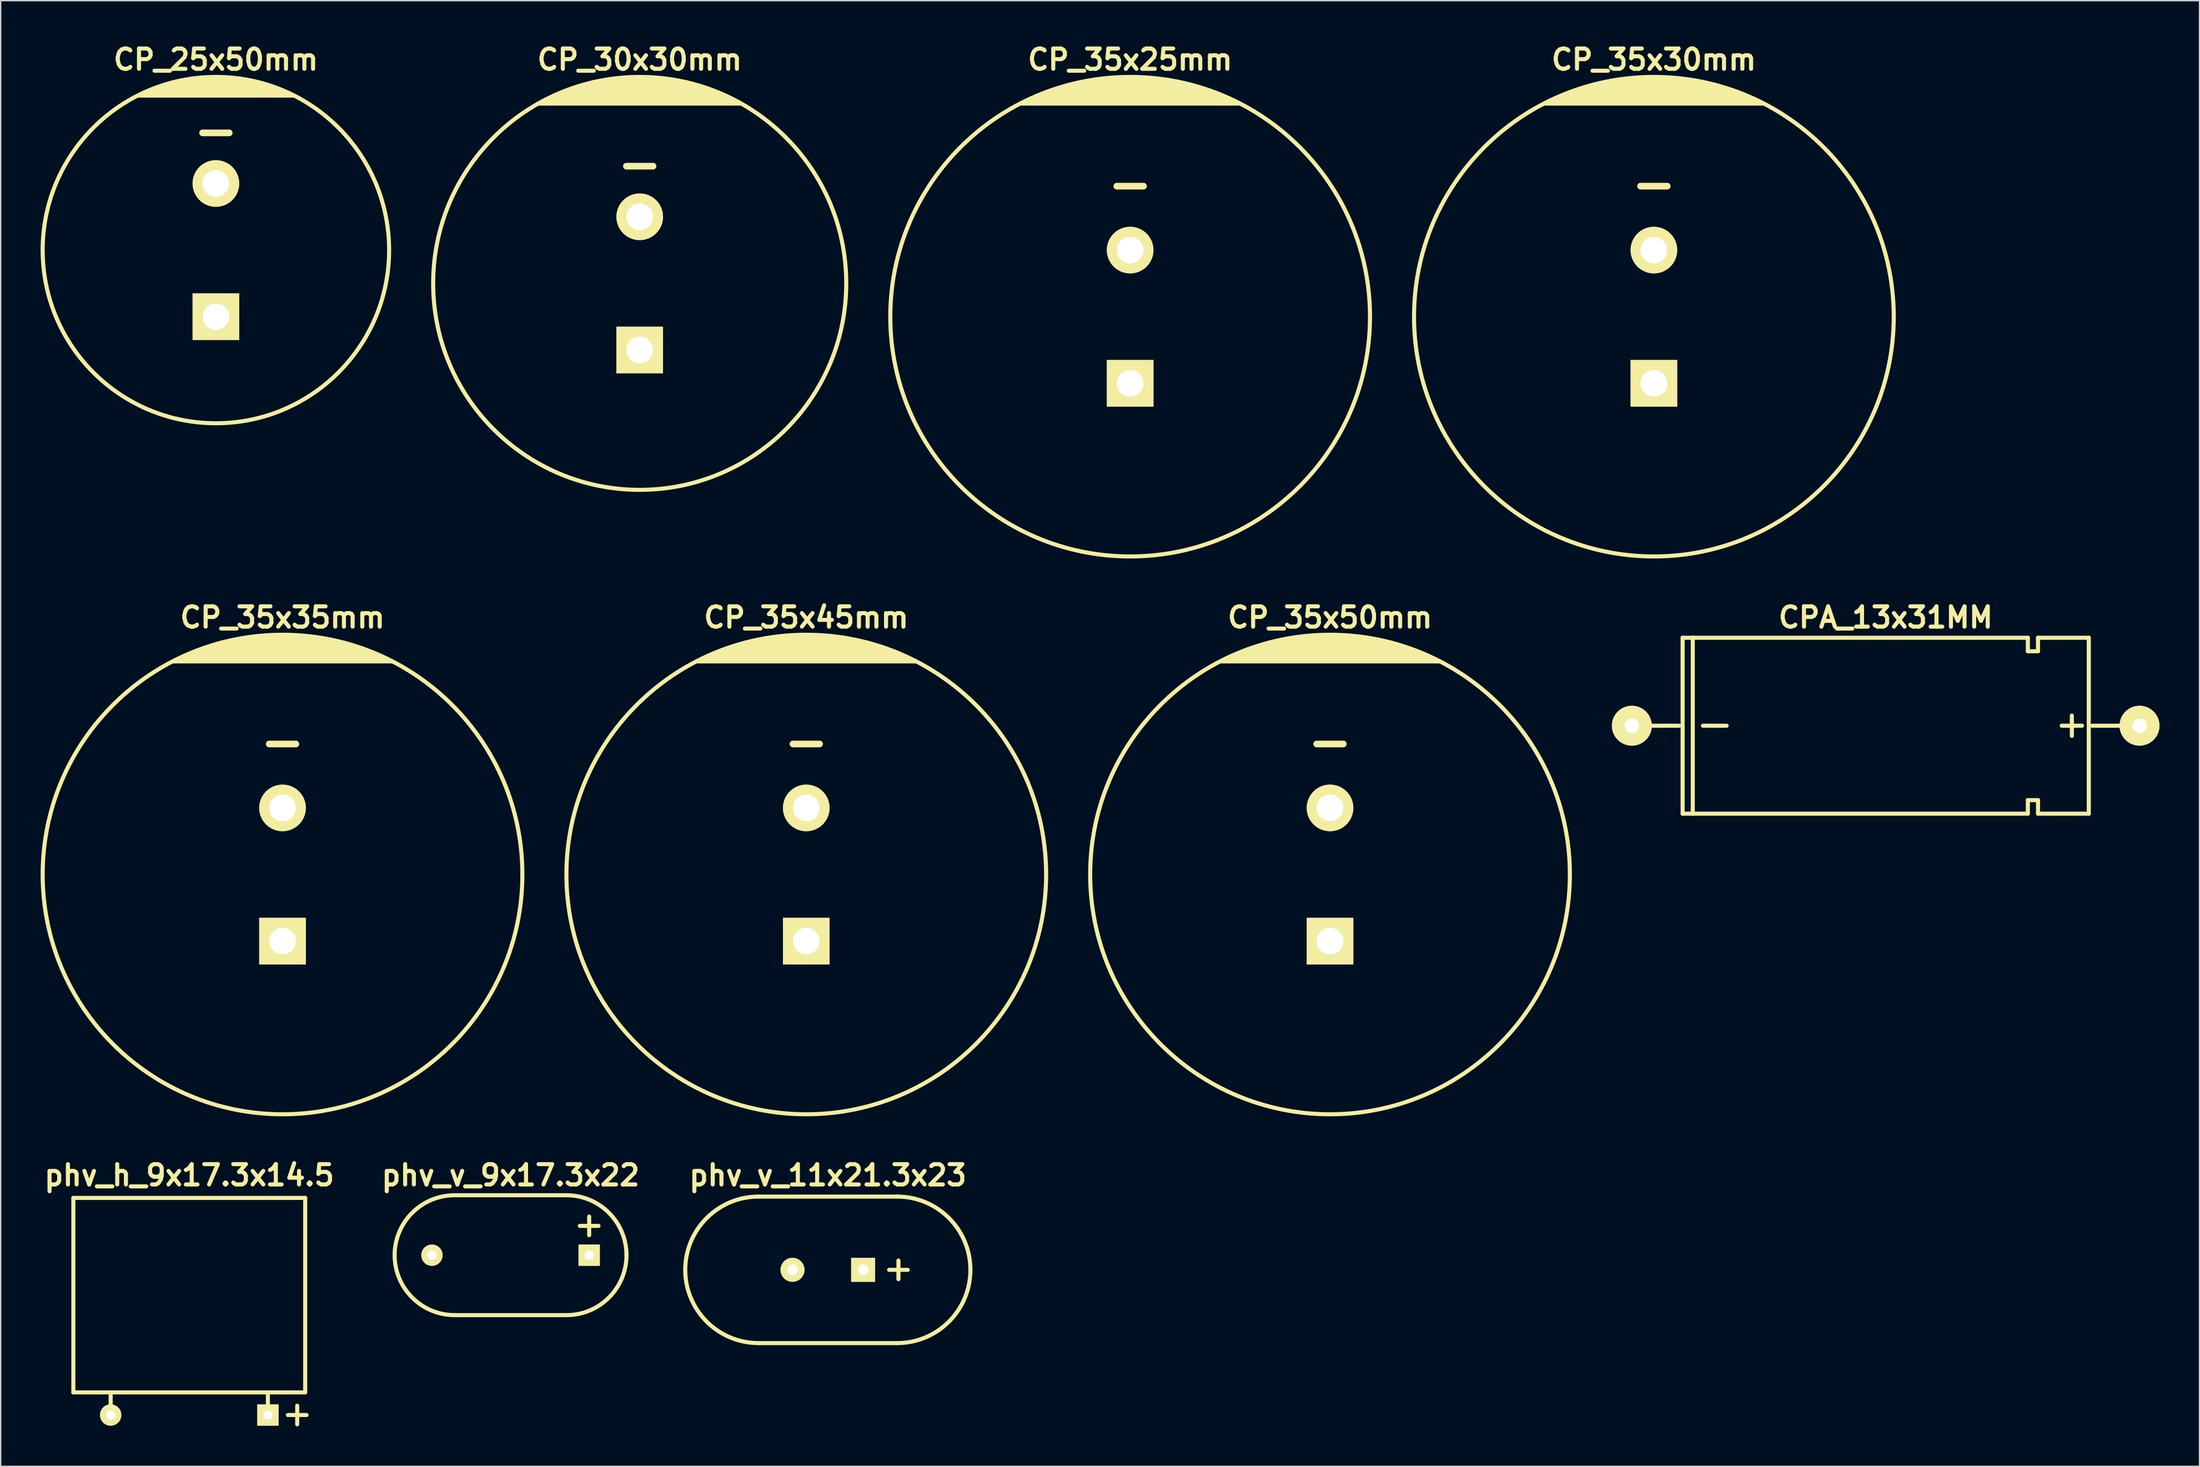
<source format=kicad_pcb>
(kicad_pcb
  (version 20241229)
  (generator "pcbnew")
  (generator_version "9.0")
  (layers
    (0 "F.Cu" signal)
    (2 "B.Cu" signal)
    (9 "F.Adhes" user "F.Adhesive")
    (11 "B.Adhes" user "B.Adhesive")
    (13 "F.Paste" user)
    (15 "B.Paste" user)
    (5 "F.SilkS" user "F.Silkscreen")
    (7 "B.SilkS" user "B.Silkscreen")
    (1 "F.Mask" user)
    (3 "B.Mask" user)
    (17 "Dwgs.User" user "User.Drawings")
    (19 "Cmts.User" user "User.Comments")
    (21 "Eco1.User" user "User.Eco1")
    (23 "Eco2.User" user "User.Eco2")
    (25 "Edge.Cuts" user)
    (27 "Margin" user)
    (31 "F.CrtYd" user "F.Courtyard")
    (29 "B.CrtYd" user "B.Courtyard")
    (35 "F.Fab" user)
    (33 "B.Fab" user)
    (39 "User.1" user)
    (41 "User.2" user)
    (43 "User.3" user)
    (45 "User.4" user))
  (footprint "CP_25x50mm"
    (layer "F.Cu")
    (at 13.152 15.726)
    (property "Reference" "CP_25x50mm" (at 0 -14.3 0) (layer "F.SilkS") (effects (font (size 1.524 1.524) (thickness 0.305))))
    (attr through_hole)
    (fp_line (start -5.8 -11.6) (end 5.8 -11.6) (stroke (width 0.305) (type solid)) (layer "F.SilkS"))
    (fp_line (start -4.9 -12) (end 4.9 -12) (stroke (width 0.305) (type solid)) (layer "F.SilkS"))
    (fp_line (start -3.8 -12.4) (end 3.8 -12.4) (stroke (width 0.305) (type solid)) (layer "F.SilkS"))
    (fp_line (start -2.2 -12.8) (end 2.1 -12.8) (stroke (width 0.305) (type solid)) (layer "F.SilkS"))
    (fp_line (start -1 -8.8) (end 1 -8.8) (stroke (width 0.5) (type solid)) (layer "F.SilkS"))
    (fp_line (start 3 -12.6) (end -3.1 -12.6) (stroke (width 0.305) (type solid)) (layer "F.SilkS"))
    (fp_line (start 4.4 -12.2) (end -4.4 -12.2) (stroke (width 0.305) (type solid)) (layer "F.SilkS"))
    (fp_line (start 5.4 -11.8) (end -5.3 -11.8) (stroke (width 0.305) (type solid)) (layer "F.SilkS"))
    (fp_circle (center 0 0) (end -13 0) (stroke (width 0.305) (type solid)) (fill no) (layer "F.SilkS"))
    (pad "1" thru_hole rect (at 0 5) (size 3.5 3.5) (drill 2) (layers "*.Cu" "*.Mask" "F.SilkS"))
    (pad "2" thru_hole circle (at 0 -5) (size 3.5 3.5) (drill 2) (layers "*.Cu" "*.Mask" "F.SilkS")))
  (footprint "CP_30x30mm"
    (layer "F.Cu")
    (at 44.957 18.226)
    (property "Reference" "CP_30x30mm" (at 0 -16.8 0) (layer "F.SilkS") (effects (font (size 1.524 1.524) (thickness 0.305))))
    (attr through_hole)
    (fp_line (start -7.6 -13.5) (end 7.5 -13.5) (stroke (width 0.305) (type solid)) (layer "F.SilkS"))
    (fp_line (start -6.8 -13.9) (end 6.8 -13.9) (stroke (width 0.305) (type solid)) (layer "F.SilkS"))
    (fp_line (start -6.4 -14.1) (end 6.4 -14.1) (stroke (width 0.305) (type solid)) (layer "F.SilkS"))
    (fp_line (start -5.4 -14.5) (end 5.4 -14.5) (stroke (width 0.305) (type solid)) (layer "F.SilkS"))
    (fp_line (start -4.9 -14.7) (end 4.9 -14.7) (stroke (width 0.305) (type solid)) (layer "F.SilkS"))
    (fp_line (start -4.2 -14.9) (end 4.2 -14.9) (stroke (width 0.305) (type solid)) (layer "F.SilkS"))
    (fp_line (start -3.5 -15.1) (end 3.5 -15.1) (stroke (width 0.305) (type solid)) (layer "F.SilkS"))
    (fp_line (start -2.4 -15.3) (end 2.4 -15.3) (stroke (width 0.305) (type solid)) (layer "F.SilkS"))
    (fp_line (start -1 -8.8) (end 1 -8.8) (stroke (width 0.5) (type solid)) (layer "F.SilkS"))
    (fp_line (start 5.9 -14.3) (end -5.9 -14.3) (stroke (width 0.305) (type solid)) (layer "F.SilkS"))
    (fp_line (start 7.2 -13.7) (end -7.2 -13.7) (stroke (width 0.305) (type solid)) (layer "F.SilkS"))
    (fp_circle (center 0 0) (end -15.5 0) (stroke (width 0.305) (type solid)) (fill no) (layer "F.SilkS"))
    (pad "1" thru_hole rect (at 0 5) (size 3.5 3.5) (drill 2) (layers "*.Cu" "*.Mask" "F.SilkS"))
    (pad "2" thru_hole circle (at 0 -5) (size 3.5 3.5) (drill 2) (layers "*.Cu" "*.Mask" "F.SilkS")))
  (footprint "CP_35x25mm"
    (layer "F.Cu")
    (at 81.762 20.726)
    (property "Reference" "CP_35x25mm" (at 0 -19.3 0) (layer "F.SilkS") (effects (font (size 1.524 1.524) (thickness 0.305))))
    (attr through_hole)
    (fp_line (start -8.2 -16) (end 8.2 -16) (stroke (width 0.305) (type solid)) (layer "F.SilkS"))
    (fp_line (start -7.8 -16.2) (end 7.8 -16.2) (stroke (width 0.305) (type solid)) (layer "F.SilkS"))
    (fp_line (start -7.4 -16.4) (end 7.4 -16.4) (stroke (width 0.305) (type solid)) (layer "F.SilkS"))
    (fp_line (start -6.9 -16.6) (end 6.9 -16.6) (stroke (width 0.305) (type solid)) (layer "F.SilkS"))
    (fp_line (start -6.4 -16.8) (end 6.4 -16.8) (stroke (width 0.305) (type solid)) (layer "F.SilkS"))
    (fp_line (start -5.9 -17) (end 5.9 -17) (stroke (width 0.305) (type solid)) (layer "F.SilkS"))
    (fp_line (start -5.2 -17.2) (end 5.2 -17.2) (stroke (width 0.305) (type solid)) (layer "F.SilkS"))
    (fp_line (start -4.6 -17.4) (end 4.6 -17.4) (stroke (width 0.305) (type solid)) (layer "F.SilkS"))
    (fp_line (start -3.7 -17.6) (end 3.7 -17.6) (stroke (width 0.305) (type solid)) (layer "F.SilkS"))
    (fp_line (start -2.6 -17.8) (end 2.6 -17.8) (stroke (width 0.305) (type solid)) (layer "F.SilkS"))
    (fp_line (start -1 -9.8) (end 1 -9.8) (stroke (width 0.5) (type solid)) (layer "F.SilkS"))
    (fp_circle (center 0 0) (end -18 0) (stroke (width 0.305) (type solid)) (fill no) (layer "F.SilkS"))
    (pad "1" thru_hole rect (at 0 5) (size 3.5 3.5) (drill 2) (layers "*.Cu" "*.Mask" "F.SilkS"))
    (pad "2" thru_hole circle (at 0 -5) (size 3.5 3.5) (drill 2) (layers "*.Cu" "*.Mask" "F.SilkS")))
  (footprint "CP_35x35mm"
    (layer "F.Cu")
    (at 18.152 62.605)
    (property "Reference" "CP_35x35mm" (at 0 -19.3 0) (layer "F.SilkS") (effects (font (size 1.524 1.524) (thickness 0.305))))
    (attr through_hole)
    (fp_line (start -8.2 -16) (end 8.2 -16) (stroke (width 0.305) (type solid)) (layer "F.SilkS"))
    (fp_line (start -7.8 -16.2) (end 7.8 -16.2) (stroke (width 0.305) (type solid)) (layer "F.SilkS"))
    (fp_line (start -7.4 -16.4) (end 7.4 -16.4) (stroke (width 0.305) (type solid)) (layer "F.SilkS"))
    (fp_line (start -6.9 -16.6) (end 6.9 -16.6) (stroke (width 0.305) (type solid)) (layer "F.SilkS"))
    (fp_line (start -6.4 -16.8) (end 6.4 -16.8) (stroke (width 0.305) (type solid)) (layer "F.SilkS"))
    (fp_line (start -5.9 -17) (end 5.9 -17) (stroke (width 0.305) (type solid)) (layer "F.SilkS"))
    (fp_line (start -5.2 -17.2) (end 5.2 -17.2) (stroke (width 0.305) (type solid)) (layer "F.SilkS"))
    (fp_line (start -4.6 -17.4) (end 4.6 -17.4) (stroke (width 0.305) (type solid)) (layer "F.SilkS"))
    (fp_line (start -3.7 -17.6) (end 3.7 -17.6) (stroke (width 0.305) (type solid)) (layer "F.SilkS"))
    (fp_line (start -2.6 -17.8) (end 2.6 -17.8) (stroke (width 0.305) (type solid)) (layer "F.SilkS"))
    (fp_line (start -1 -9.8) (end 1 -9.8) (stroke (width 0.5) (type solid)) (layer "F.SilkS"))
    (fp_circle (center 0 0) (end -18 0) (stroke (width 0.305) (type solid)) (fill no) (layer "F.SilkS"))
    (pad "1" thru_hole rect (at 0 5) (size 3.5 3.5) (drill 2) (layers "*.Cu" "*.Mask" "F.SilkS"))
    (pad "2" thru_hole circle (at 0 -5) (size 3.5 3.5) (drill 2) (layers "*.Cu" "*.Mask" "F.SilkS")))
  (footprint "CP_35x50mm"
    (layer "F.Cu")
    (at 96.762 62.605)
    (property "Reference" "CP_35x50mm" (at 0 -19.3 0) (layer "F.SilkS") (effects (font (size 1.524 1.524) (thickness 0.305))))
    (attr through_hole)
    (fp_line (start -8.2 -16) (end 8.2 -16) (stroke (width 0.305) (type solid)) (layer "F.SilkS"))
    (fp_line (start -7.8 -16.2) (end 7.8 -16.2) (stroke (width 0.305) (type solid)) (layer "F.SilkS"))
    (fp_line (start -7.4 -16.4) (end 7.4 -16.4) (stroke (width 0.305) (type solid)) (layer "F.SilkS"))
    (fp_line (start -6.9 -16.6) (end 6.9 -16.6) (stroke (width 0.305) (type solid)) (layer "F.SilkS"))
    (fp_line (start -6.4 -16.8) (end 6.4 -16.8) (stroke (width 0.305) (type solid)) (layer "F.SilkS"))
    (fp_line (start -5.9 -17) (end 5.9 -17) (stroke (width 0.305) (type solid)) (layer "F.SilkS"))
    (fp_line (start -5.2 -17.2) (end 5.2 -17.2) (stroke (width 0.305) (type solid)) (layer "F.SilkS"))
    (fp_line (start -4.6 -17.4) (end 4.6 -17.4) (stroke (width 0.305) (type solid)) (layer "F.SilkS"))
    (fp_line (start -3.7 -17.6) (end 3.7 -17.6) (stroke (width 0.305) (type solid)) (layer "F.SilkS"))
    (fp_line (start -2.6 -17.8) (end 2.6 -17.8) (stroke (width 0.305) (type solid)) (layer "F.SilkS"))
    (fp_line (start -1 -9.8) (end 1 -9.8) (stroke (width 0.5) (type solid)) (layer "F.SilkS"))
    (fp_circle (center 0 0) (end -18 0) (stroke (width 0.305) (type solid)) (fill no) (layer "F.SilkS"))
    (pad "1" thru_hole rect (at 0 5) (size 3.5 3.5) (drill 2) (layers "*.Cu" "*.Mask" "F.SilkS"))
    (pad "2" thru_hole circle (at 0 -5) (size 3.5 3.5) (drill 2) (layers "*.Cu" "*.Mask" "F.SilkS")))
  (footprint "phv_v_9x17.3x22"
    (layer "F.Cu")
    (at 35.265 91.184)
    (property "Reference" "phv_v_9x17.3x22" (at 0 -6 0) (layer "F.SilkS") (effects (font (size 1.524 1.524) (thickness 0.305))))
    (attr through_hole)
    (fp_line (start -4.2 4.5) (end 4.2 4.5) (stroke (width 0.305) (type solid)) (layer "F.SilkS"))
    (fp_line (start 4.2 -4.5) (end -4.2 -4.5) (stroke (width 0.305) (type solid)) (layer "F.SilkS"))
    (fp_line (start 5.2 -2.2) (end 6.6 -2.2) (stroke (width 0.305) (type solid)) (layer "F.SilkS"))
    (fp_line (start 5.9 -1.5) (end 5.9 -2.9) (stroke (width 0.305) (type solid)) (layer "F.SilkS"))
    (fp_arc (start -8.7 0) (mid -7.381981 -3.181981) (end -4.2 -4.5) (stroke (width 0.3048) (type solid)) (layer "F.SilkS"))
    (fp_arc (start -4.2 4.5) (mid -7.381981 3.181981) (end -8.7 0) (stroke (width 0.3048) (type solid)) (layer "F.SilkS"))
    (fp_arc (start 4.2 -4.5) (mid 7.381981 -3.181981) (end 8.7 0) (stroke (width 0.3048) (type solid)) (layer "F.SilkS"))
    (fp_arc (start 8.7 0) (mid 7.381981 3.181981) (end 4.2 4.5) (stroke (width 0.3048) (type solid)) (layer "F.SilkS"))
    (pad "1" thru_hole rect (at 5.9 0) (size 1.6 1.6) (drill 0.7) (layers "*.Cu" "*.Mask" "F.SilkS"))
    (pad "2" thru_hole circle (at -5.9 0) (size 1.6 1.6) (drill 0.7) (layers "*.Cu" "*.Mask" "F.SilkS")))
  (footprint "phv_h_9x17.3x14.5"
    (layer "F.Cu")
    (at 11.154 95.184)
    (property "Reference" "phv_h_9x17.3x14.5" (at 0 -10 0) (layer "F.SilkS") (effects (font (size 1.524 1.524) (thickness 0.305))))
    (attr through_hole)
    (fp_line (start -8.7 -8.3) (end -8.7 6.3) (stroke (width 0.305) (type solid)) (layer "F.SilkS"))
    (fp_line (start -8.7 -8.3) (end 8.7 -8.3) (stroke (width 0.305) (type solid)) (layer "F.SilkS"))
    (fp_line (start -8.7 6.3) (end 8.7 6.3) (stroke (width 0.305) (type solid)) (layer "F.SilkS"))
    (fp_line (start -5.9 8) (end -5.9 6.3) (stroke (width 0.305) (type solid)) (layer "F.SilkS"))
    (fp_line (start 5.9 8) (end 5.9 6.3) (stroke (width 0.305) (type solid)) (layer "F.SilkS"))
    (fp_line (start 7.4 8) (end 8.8 8) (stroke (width 0.305) (type solid)) (layer "F.SilkS"))
    (fp_line (start 8.1 8.7) (end 8.1 7.3) (stroke (width 0.305) (type solid)) (layer "F.SilkS"))
    (fp_line (start 8.7 -8.3) (end 8.7 6.3) (stroke (width 0.305) (type solid)) (layer "F.SilkS"))
    (pad "1" thru_hole rect (at 5.9 8) (size 1.6 1.6) (drill 0.7) (layers "*.Cu" "*.Mask" "F.SilkS"))
    (pad "2" thru_hole circle (at -5.9 8) (size 1.6 1.6) (drill 0.7) (layers "*.Cu" "*.Mask" "F.SilkS")))
  (footprint "CP_35x45mm"
    (layer "F.Cu")
    (at 57.457 62.605)
    (property "Reference" "CP_35x45mm" (at 0 -19.3 0) (layer "F.SilkS") (effects (font (size 1.524 1.524) (thickness 0.305))))
    (attr through_hole)
    (fp_line (start -8.2 -16) (end 8.2 -16) (stroke (width 0.305) (type solid)) (layer "F.SilkS"))
    (fp_line (start -7.8 -16.2) (end 7.8 -16.2) (stroke (width 0.305) (type solid)) (layer "F.SilkS"))
    (fp_line (start -7.4 -16.4) (end 7.4 -16.4) (stroke (width 0.305) (type solid)) (layer "F.SilkS"))
    (fp_line (start -6.9 -16.6) (end 6.9 -16.6) (stroke (width 0.305) (type solid)) (layer "F.SilkS"))
    (fp_line (start -6.4 -16.8) (end 6.4 -16.8) (stroke (width 0.305) (type solid)) (layer "F.SilkS"))
    (fp_line (start -5.9 -17) (end 5.9 -17) (stroke (width 0.305) (type solid)) (layer "F.SilkS"))
    (fp_line (start -5.2 -17.2) (end 5.2 -17.2) (stroke (width 0.305) (type solid)) (layer "F.SilkS"))
    (fp_line (start -4.6 -17.4) (end 4.6 -17.4) (stroke (width 0.305) (type solid)) (layer "F.SilkS"))
    (fp_line (start -3.7 -17.6) (end 3.7 -17.6) (stroke (width 0.305) (type solid)) (layer "F.SilkS"))
    (fp_line (start -2.6 -17.8) (end 2.6 -17.8) (stroke (width 0.305) (type solid)) (layer "F.SilkS"))
    (fp_line (start -1 -9.8) (end 1 -9.8) (stroke (width 0.5) (type solid)) (layer "F.SilkS"))
    (fp_circle (center 0 0) (end -18 0) (stroke (width 0.305) (type solid)) (fill no) (layer "F.SilkS"))
    (pad "1" thru_hole rect (at 0 5) (size 3.5 3.5) (drill 2) (layers "*.Cu" "*.Mask" "F.SilkS"))
    (pad "2" thru_hole circle (at 0 -5) (size 3.5 3.5) (drill 2) (layers "*.Cu" "*.Mask" "F.SilkS")))
  (footprint "CPA_13x31MM"
    (layer "F.Cu")
    (at 138.463 51.433)
    (property "Reference" "CPA_13x31MM" (at 0 -8.128 0) (layer "F.SilkS") (effects (font (size 1.524 1.524) (thickness 0.305))))
    (attr through_hole)
    (fp_line (start -15.494 0) (end -19.05 0) (stroke (width 0.305) (type solid)) (layer "F.SilkS"))
    (fp_line (start -15.24 -6.604) (end -15.24 6.604) (stroke (width 0.305) (type solid)) (layer "F.SilkS"))
    (fp_line (start -15.24 -6.604) (end 10.668 -6.604) (stroke (width 0.305) (type solid)) (layer "F.SilkS"))
    (fp_line (start -14.478 6.604) (end -14.478 -6.604) (stroke (width 0.305) (type solid)) (layer "F.SilkS"))
    (fp_line (start -13.716 0) (end -11.938 0) (stroke (width 0.305) (type solid)) (layer "F.SilkS"))
    (fp_line (start 10.668 -6.604) (end 10.668 -5.588) (stroke (width 0.305) (type solid)) (layer "F.SilkS"))
    (fp_line (start 10.668 -5.588) (end 11.43 -5.588) (stroke (width 0.305) (type solid)) (layer "F.SilkS"))
    (fp_line (start 10.668 5.588) (end 10.668 6.604) (stroke (width 0.305) (type solid)) (layer "F.SilkS"))
    (fp_line (start 10.668 6.604) (end -15.24 6.604) (stroke (width 0.305) (type solid)) (layer "F.SilkS"))
    (fp_line (start 11.43 -6.604) (end 15.24 -6.604) (stroke (width 0.305) (type solid)) (layer "F.SilkS"))
    (fp_line (start 11.43 -5.588) (end 11.43 -6.604) (stroke (width 0.305) (type solid)) (layer "F.SilkS"))
    (fp_line (start 11.43 5.588) (end 10.668 5.588) (stroke (width 0.305) (type solid)) (layer "F.SilkS"))
    (fp_line (start 11.43 6.604) (end 11.43 5.588) (stroke (width 0.305) (type solid)) (layer "F.SilkS"))
    (fp_line (start 13.97 0.762) (end 13.97 -0.762) (stroke (width 0.305) (type solid)) (layer "F.SilkS"))
    (fp_line (start 14.732 0) (end 13.208 0) (stroke (width 0.305) (type solid)) (layer "F.SilkS"))
    (fp_line (start 15.24 -6.604) (end 15.24 6.604) (stroke (width 0.305) (type solid)) (layer "F.SilkS"))
    (fp_line (start 15.24 6.604) (end 11.43 6.604) (stroke (width 0.305) (type solid)) (layer "F.SilkS"))
    (fp_line (start 15.494 0) (end 19.05 0) (stroke (width 0.305) (type solid)) (layer "F.SilkS"))
    (pad "1" thru_hole circle (at 19.05 0) (size 2.997 2.997) (drill 1.1) (layers "*.Cu" "*.Mask" "F.SilkS"))
    (pad "2" thru_hole circle (at -19.05 0) (size 2.997 2.997) (drill 1.1) (layers "*.Cu" "*.Mask" "F.SilkS")))
  (footprint "phv_v_11x21.3x23"
    (layer "F.Cu")
    (at 59.074 92.284)
    (property "Reference" "phv_v_11x21.3x23" (at 0 -7.1 0) (layer "F.SilkS") (effects (font (size 1.524 1.524) (thickness 0.305))))
    (attr through_hole)
    (fp_line (start -5.2 -5.5) (end 5.2 -5.5) (stroke (width 0.305) (type solid)) (layer "F.SilkS"))
    (fp_line (start 4.6 0) (end 6 0) (stroke (width 0.305) (type solid)) (layer "F.SilkS"))
    (fp_line (start 5.2 5.5) (end -5.2 5.5) (stroke (width 0.305) (type solid)) (layer "F.SilkS"))
    (fp_line (start 5.3 0.7) (end 5.3 -0.7) (stroke (width 0.305) (type solid)) (layer "F.SilkS"))
    (fp_arc (start -10.7 0) (mid -9.089087 -3.889087) (end -5.2 -5.5) (stroke (width 0.3048) (type solid)) (layer "F.SilkS"))
    (fp_arc (start -5.2 5.5) (mid -9.089087 3.889087) (end -10.7 0) (stroke (width 0.3048) (type solid)) (layer "F.SilkS"))
    (fp_arc (start 5.2 -5.5) (mid 9.089087 -3.889087) (end 10.7 0) (stroke (width 0.3048) (type solid)) (layer "F.SilkS"))
    (fp_arc (start 10.7 0) (mid 9.089087 3.889087) (end 5.2 5.5) (stroke (width 0.3048) (type solid)) (layer "F.SilkS"))
    (pad "1" thru_hole rect (at 2.65 0) (size 1.8 1.8) (drill 0.8) (layers "*.Cu" "*.Mask" "F.SilkS"))
    (pad "2" thru_hole circle (at -2.65 0) (size 1.8 1.8) (drill 0.8) (layers "*.Cu" "*.Mask" "F.SilkS")))
  (footprint "CP_35x30mm"
    (layer "F.Cu")
    (at 121.067 20.726)
    (property "Reference" "CP_35x30mm" (at 0 -19.3 0) (layer "F.SilkS") (effects (font (size 1.524 1.524) (thickness 0.305))))
    (attr through_hole)
    (fp_line (start -8.2 -16) (end 8.2 -16) (stroke (width 0.305) (type solid)) (layer "F.SilkS"))
    (fp_line (start -7.8 -16.2) (end 7.8 -16.2) (stroke (width 0.305) (type solid)) (layer "F.SilkS"))
    (fp_line (start -7.4 -16.4) (end 7.4 -16.4) (stroke (width 0.305) (type solid)) (layer "F.SilkS"))
    (fp_line (start -6.9 -16.6) (end 6.9 -16.6) (stroke (width 0.305) (type solid)) (layer "F.SilkS"))
    (fp_line (start -6.4 -16.8) (end 6.4 -16.8) (stroke (width 0.305) (type solid)) (layer "F.SilkS"))
    (fp_line (start -5.9 -17) (end 5.9 -17) (stroke (width 0.305) (type solid)) (layer "F.SilkS"))
    (fp_line (start -5.2 -17.2) (end 5.2 -17.2) (stroke (width 0.305) (type solid)) (layer "F.SilkS"))
    (fp_line (start -4.6 -17.4) (end 4.6 -17.4) (stroke (width 0.305) (type solid)) (layer "F.SilkS"))
    (fp_line (start -3.7 -17.6) (end 3.7 -17.6) (stroke (width 0.305) (type solid)) (layer "F.SilkS"))
    (fp_line (start -2.6 -17.8) (end 2.6 -17.8) (stroke (width 0.305) (type solid)) (layer "F.SilkS"))
    (fp_line (start -1 -9.8) (end 1 -9.8) (stroke (width 0.5) (type solid)) (layer "F.SilkS"))
    (fp_circle (center 0 0) (end -18 0) (stroke (width 0.305) (type solid)) (fill no) (layer "F.SilkS"))
    (pad "1" thru_hole rect (at 0 5) (size 3.5 3.5) (drill 2) (layers "*.Cu" "*.Mask" "F.SilkS"))
    (pad "2" thru_hole circle (at 0 -5) (size 3.5 3.5) (drill 2) (layers "*.Cu" "*.Mask" "F.SilkS")))
  (gr_rect
    (start -3 -3)
    (end 162.012 107.037)
    (stroke (width 0.1) (type default))
    (fill no)
    (layer "Edge.Cuts")))
</source>
